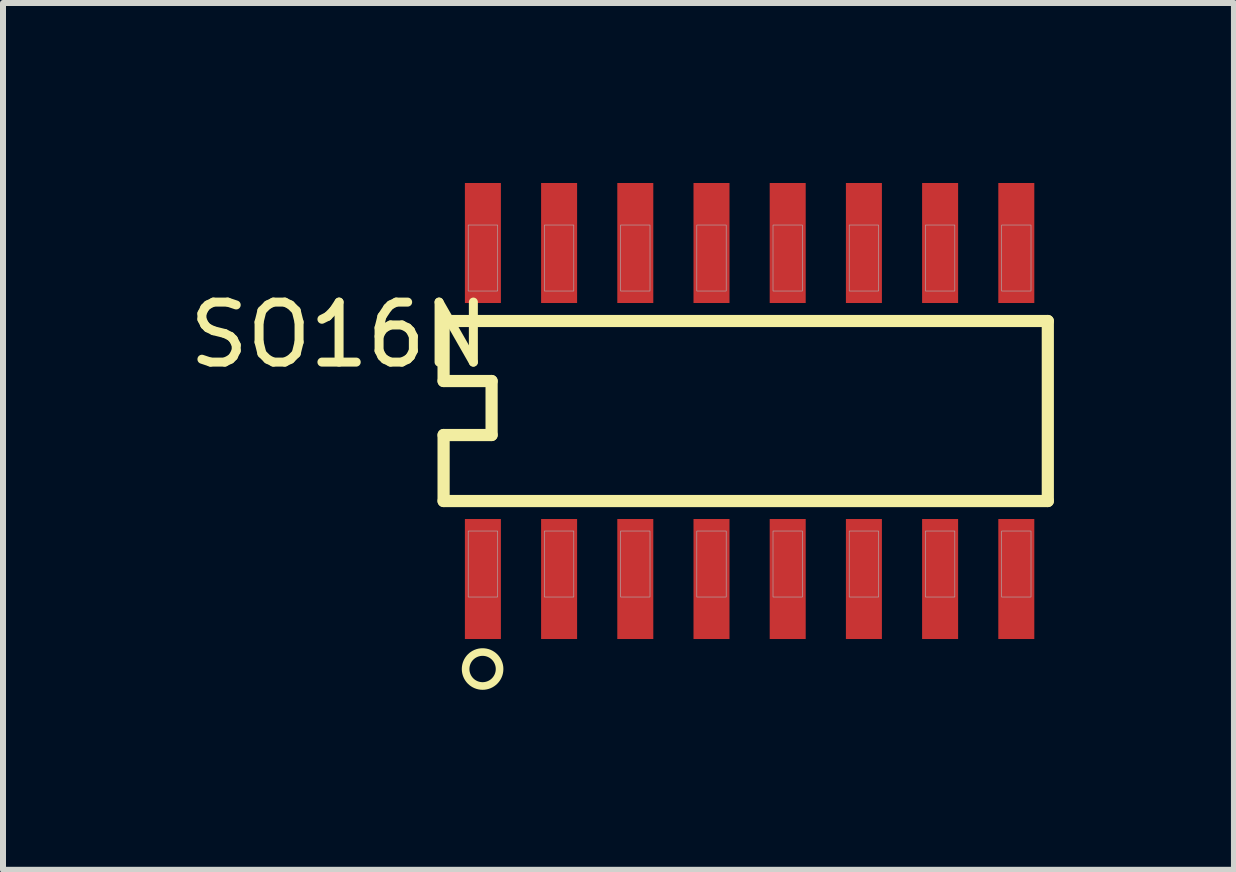
<source format=kicad_pcb>
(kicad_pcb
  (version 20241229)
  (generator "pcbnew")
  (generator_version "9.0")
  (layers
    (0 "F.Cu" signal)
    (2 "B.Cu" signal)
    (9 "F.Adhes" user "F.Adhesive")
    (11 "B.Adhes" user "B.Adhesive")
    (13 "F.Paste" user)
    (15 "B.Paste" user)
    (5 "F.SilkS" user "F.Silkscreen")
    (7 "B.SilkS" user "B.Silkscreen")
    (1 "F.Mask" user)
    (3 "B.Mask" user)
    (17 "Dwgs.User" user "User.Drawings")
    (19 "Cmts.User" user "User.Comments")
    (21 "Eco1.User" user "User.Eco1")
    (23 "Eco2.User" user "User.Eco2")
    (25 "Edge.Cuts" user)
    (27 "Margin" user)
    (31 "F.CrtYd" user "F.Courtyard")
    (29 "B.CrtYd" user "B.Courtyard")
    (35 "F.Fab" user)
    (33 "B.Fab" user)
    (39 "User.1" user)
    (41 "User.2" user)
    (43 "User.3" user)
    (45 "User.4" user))
  (footprint "SO16N"
    (layer "F.Cu")
    (at 9.443 3.8)
    (property "Reference" "SO16N" (at -6.842 -1.27 180) (layer "F.SilkS") (effects (font (size 1 1) (thickness 0.15))))
    (attr smd)
    (fp_line (start -5.1 -1.5) (end 4.97 -1.5) (stroke (width 0.203) (type solid)) (layer "F.SilkS"))
    (fp_line (start -5.1 -0.5) (end -5.1 -1.5) (stroke (width 0.203) (type solid)) (layer "F.SilkS"))
    (fp_line (start -5.1 0.4) (end -4.3 0.4) (stroke (width 0.203) (type solid)) (layer "F.SilkS"))
    (fp_line (start -5.1 1.5) (end -5.1 0.4) (stroke (width 0.203) (type solid)) (layer "F.SilkS"))
    (fp_line (start -4.3 -0.5) (end -5.1 -0.5) (stroke (width 0.203) (type solid)) (layer "F.SilkS"))
    (fp_line (start -4.3 0.4) (end -4.3 -0.5) (stroke (width 0.203) (type solid)) (layer "F.SilkS"))
    (fp_line (start 4.97 -1.5) (end 4.97 1.5) (stroke (width 0.203) (type solid)) (layer "F.SilkS"))
    (fp_line (start 4.97 1.5) (end -5.1 1.5) (stroke (width 0.203) (type solid)) (layer "F.SilkS"))
    (fp_circle (center -4.45 4.3) (end -4.167 4.3) (stroke (width 0.127) (type solid)) (fill no) (layer "F.SilkS"))
    (fp_poly (pts (xy -4.69 -3.1) (xy -4.2 -3.1) (xy -4.2 -2) (xy -4.69 -2)) (stroke (width 0.01) (type solid)) (fill no) (layer "F.Fab"))
    (fp_poly (pts (xy -4.69 2) (xy -4.2 2) (xy -4.2 3.1) (xy -4.69 3.1)) (stroke (width 0.01) (type solid)) (fill no) (layer "F.Fab"))
    (fp_poly (pts (xy -3.42 -3.1) (xy -2.93 -3.1) (xy -2.93 -2) (xy -3.42 -2)) (stroke (width 0.01) (type solid)) (fill no) (layer "F.Fab"))
    (fp_poly (pts (xy -3.42 2) (xy -2.93 2) (xy -2.93 3.1) (xy -3.42 3.1)) (stroke (width 0.01) (type solid)) (fill no) (layer "F.Fab"))
    (fp_poly (pts (xy -2.15 -3.1) (xy -1.66 -3.1) (xy -1.66 -2) (xy -2.15 -2)) (stroke (width 0.01) (type solid)) (fill no) (layer "F.Fab"))
    (fp_poly (pts (xy -2.15 2) (xy -1.66 2) (xy -1.66 3.1) (xy -2.15 3.1)) (stroke (width 0.01) (type solid)) (fill no) (layer "F.Fab"))
    (fp_poly (pts (xy -0.88 -3.1) (xy -0.39 -3.1) (xy -0.39 -2) (xy -0.88 -2)) (stroke (width 0.01) (type solid)) (fill no) (layer "F.Fab"))
    (fp_poly (pts (xy -0.88 2) (xy -0.39 2) (xy -0.39 3.1) (xy -0.88 3.1)) (stroke (width 0.01) (type solid)) (fill no) (layer "F.Fab"))
    (fp_poly (pts (xy 0.39 -3.1) (xy 0.88 -3.1) (xy 0.88 -2) (xy 0.39 -2)) (stroke (width 0.01) (type solid)) (fill no) (layer "F.Fab"))
    (fp_poly (pts (xy 0.39 2) (xy 0.88 2) (xy 0.88 3.1) (xy 0.39 3.1)) (stroke (width 0.01) (type solid)) (fill no) (layer "F.Fab"))
    (fp_poly (pts (xy 1.66 -3.1) (xy 2.15 -3.1) (xy 2.15 -2) (xy 1.66 -2)) (stroke (width 0.01) (type solid)) (fill no) (layer "F.Fab"))
    (fp_poly (pts (xy 1.66 2) (xy 2.15 2) (xy 2.15 3.1) (xy 1.66 3.1)) (stroke (width 0.01) (type solid)) (fill no) (layer "F.Fab"))
    (fp_poly (pts (xy 2.93 -3.1) (xy 3.42 -3.1) (xy 3.42 -2) (xy 2.93 -2)) (stroke (width 0.01) (type solid)) (fill no) (layer "F.Fab"))
    (fp_poly (pts (xy 2.93 2) (xy 3.42 2) (xy 3.42 3.1) (xy 2.93 3.1)) (stroke (width 0.01) (type solid)) (fill no) (layer "F.Fab"))
    (fp_poly (pts (xy 4.2 -3.1) (xy 4.69 -3.1) (xy 4.69 -2) (xy 4.2 -2)) (stroke (width 0.01) (type solid)) (fill no) (layer "F.Fab"))
    (fp_poly (pts (xy 4.2 2) (xy 4.69 2) (xy 4.69 3.1) (xy 4.2 3.1)) (stroke (width 0.01) (type solid)) (fill no) (layer "F.Fab"))
    (pad "1" smd rect (at -4.445 2.8) (size 0.6 2) (layers "F.Cu" "F.Mask" "F.Paste"))
    (pad "2" smd rect (at -3.175 2.8) (size 0.6 2) (layers "F.Cu" "F.Mask" "F.Paste"))
    (pad "3" smd rect (at -1.905 2.8) (size 0.6 2) (layers "F.Cu" "F.Mask" "F.Paste"))
    (pad "4" smd rect (at -0.635 2.8) (size 0.6 2) (layers "F.Cu" "F.Mask" "F.Paste"))
    (pad "5" smd rect (at 0.635 2.8) (size 0.6 2) (layers "F.Cu" "F.Mask" "F.Paste"))
    (pad "6" smd rect (at 1.905 2.8) (size 0.6 2) (layers "F.Cu" "F.Mask" "F.Paste"))
    (pad "7" smd rect (at 3.175 2.8) (size 0.6 2) (layers "F.Cu" "F.Mask" "F.Paste"))
    (pad "8" smd rect (at 4.445 2.8) (size 0.6 2) (layers "F.Cu" "F.Mask" "F.Paste"))
    (pad "9" smd rect (at 4.445 -2.8) (size 0.6 2) (layers "F.Cu" "F.Mask" "F.Paste"))
    (pad "10" smd rect (at 3.175 -2.8) (size 0.6 2) (layers "F.Cu" "F.Mask" "F.Paste"))
    (pad "11" smd rect (at 1.905 -2.8) (size 0.6 2) (layers "F.Cu" "F.Mask" "F.Paste"))
    (pad "12" smd rect (at 0.635 -2.8) (size 0.6 2) (layers "F.Cu" "F.Mask" "F.Paste"))
    (pad "13" smd rect (at -0.635 -2.8) (size 0.6 2) (layers "F.Cu" "F.Mask" "F.Paste"))
    (pad "14" smd rect (at -1.905 -2.8) (size 0.6 2) (layers "F.Cu" "F.Mask" "F.Paste"))
    (pad "15" smd rect (at -3.175 -2.8) (size 0.6 2) (layers "F.Cu" "F.Mask" "F.Paste"))
    (pad "16" smd rect (at -4.445 -2.8) (size 0.6 2) (layers "F.Cu" "F.Mask" "F.Paste")))
  (gr_rect
    (start -3 -3)
    (end 17.515 11.446)
    (stroke (width 0.1) (type default))
    (fill no)
    (layer "Edge.Cuts")))
</source>
